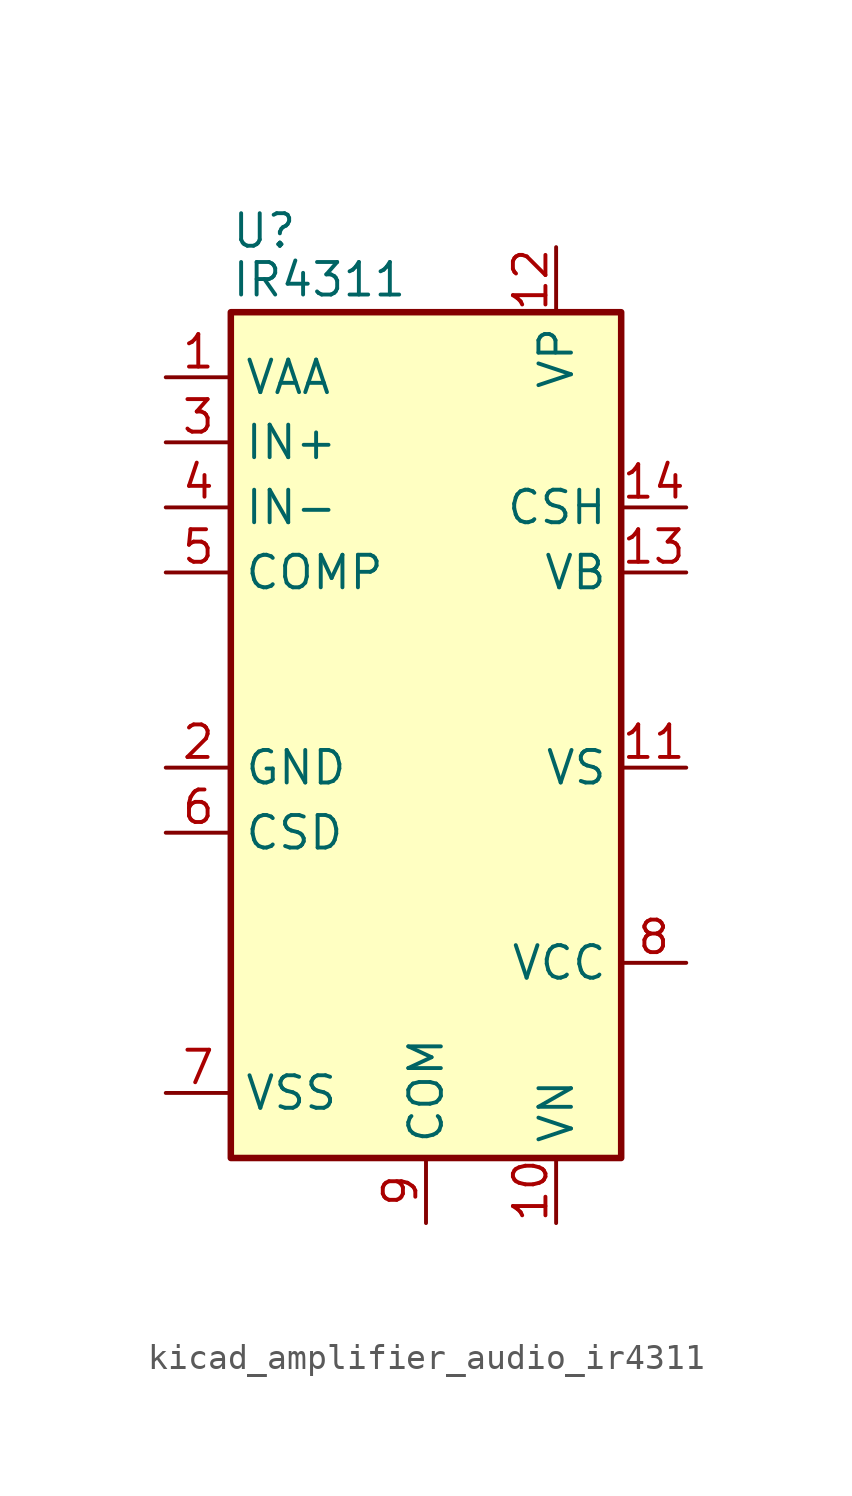
<source format=kicad_sym>
(kicad_symbol_lib
  (version 20220914)
  (generator kicad_symbol_editor)
  (symbol "kicad_amplifier_audio_ir4311"
    (property "Reference" "U"
      (at -7.62 20.955 0)
      (effects (font (size 1.27 1.27)) (justify left)))
    (property "Value" "IR4311"
      (at -7.62 19.05 0)
      (effects (font (size 1.27 1.27)) (justify left)))
    (symbol "kicad_amplifier_audio_ir4311_0_1"
      (rectangle (start -7.62 -15.24) (end 7.62 17.78) (stroke (width 0.254) (type default)) (fill (type background))))
    (symbol "kicad_amplifier_audio_ir4311_1_1"
      (pin power_in line (at -10.16 15.24 0) (length 2.54) (name "VAA" (effects (font (size 1.27 1.27)))) (number "1" (effects (font (size 1.27 1.27)))))
      (pin power_in line (at 5.08 -17.78 90) (length 2.54) (name "VN" (effects (font (size 1.27 1.27)))) (number "10" (effects (font (size 1.27 1.27)))))
      (pin output line (at 10.16 0 180) (length 2.54) (name "VS" (effects (font (size 1.27 1.27)))) (number "11" (effects (font (size 1.27 1.27)))))
      (pin power_in line (at 5.08 20.32 270) (length 2.54) (name "VP" (effects (font (size 1.27 1.27)))) (number "12" (effects (font (size 1.27 1.27)))))
      (pin power_in line (at 10.16 7.62 180) (length 2.54) (name "VB" (effects (font (size 1.27 1.27)))) (number "13" (effects (font (size 1.27 1.27)))))
      (pin passive line (at 10.16 10.16 180) (length 2.54) (name "CSH" (effects (font (size 1.27 1.27)))) (number "14" (effects (font (size 1.27 1.27)))))
      (pin passive line (at 0 -17.78 90) (length 2.54) hide (name "COM" (effects (font (size 1.27 1.27)))) (number "15" (effects (font (size 1.27 1.27)))))
      (pin power_in line (at -10.16 0 0) (length 2.54) (name "GND" (effects (font (size 1.27 1.27)))) (number "2" (effects (font (size 1.27 1.27)))))
      (pin input line (at -10.16 12.7 0) (length 2.54) (name "IN+" (effects (font (size 1.27 1.27)))) (number "3" (effects (font (size 1.27 1.27)))))
      (pin input line (at -10.16 10.16 0) (length 2.54) (name "IN-" (effects (font (size 1.27 1.27)))) (number "4" (effects (font (size 1.27 1.27)))))
      (pin output line (at -10.16 7.62 0) (length 2.54) (name "COMP" (effects (font (size 1.27 1.27)))) (number "5" (effects (font (size 1.27 1.27)))))
      (pin passive line (at -10.16 -2.54 0) (length 2.54) (name "CSD" (effects (font (size 1.27 1.27)))) (number "6" (effects (font (size 1.27 1.27)))))
      (pin power_in line (at -10.16 -12.7 0) (length 2.54) (name "VSS" (effects (font (size 1.27 1.27)))) (number "7" (effects (font (size 1.27 1.27)))))
      (pin power_in line (at 10.16 -7.62 180) (length 2.54) (name "VCC" (effects (font (size 1.27 1.27)))) (number "8" (effects (font (size 1.27 1.27)))))
      (pin power_in line (at 0 -17.78 90) (length 2.54) (name "COM" (effects (font (size 1.27 1.27)))) (number "9" (effects (font (size 1.27 1.27))))))))
</source>
